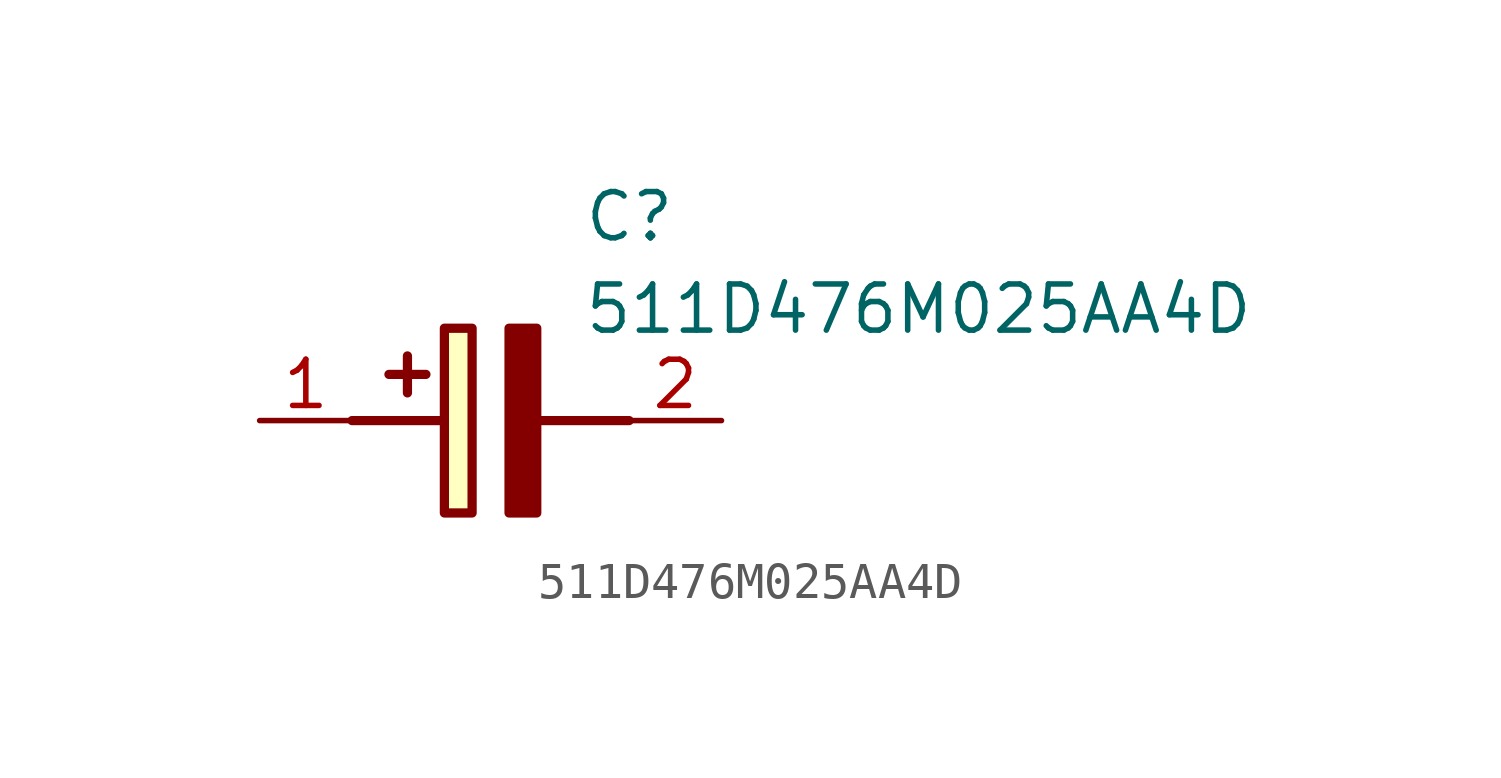
<source format=kicad_sym>
(kicad_symbol_lib
  (version 20211014)
  (generator SamacSys_ECAD_Model)
  (symbol "511D476M025AA4D"
    (pin_names hide)
    (property "Reference" "C"
      (at 8.89 6.35 0)
      (effects (font (size 1.27 1.27)) (justify left top)))
    (property "Value" "511D476M025AA4D"
      (at 8.89 3.81 0)
      (effects (font (size 1.27 1.27)) (justify left top)))
    (rectangle
      (start 5.08 2.54)
      (end 5.842 -2.54)
      (stroke (width 0.254) (type default))
      (fill (type background)))
    (polyline
      (pts (xy 4.572 1.27) (xy 3.556 1.27))
      (stroke (width 0.254) (type default))
      (fill (type none)))
    (polyline
      (pts (xy 4.064 1.778) (xy 4.064 0.762))
      (stroke (width 0.254) (type default))
      (fill (type none)))
    (polyline
      (pts (xy 2.54 0) (xy 5.08 0))
      (stroke (width 0.254) (type default))
      (fill (type none)))
    (polyline
      (pts (xy 7.62 0) (xy 10.16 0))
      (stroke (width 0.254) (type default))
      (fill (type none)))
    (polyline
      (pts (xy 7.62 2.54) (xy 7.62 -2.54) (xy 6.858 -2.54) (xy 6.858 2.54) (xy 7.62 2.54))
      (stroke (width 0.254) (type default))
      (fill (type outline)))
    (pin passive line
      (at 0 0 0)
      (length 2.54)
      (name "+" (effects (font (size 1.27 1.27))))
      (number "1" (effects (font (size 1.27 1.27)))))
    (pin passive line
      (at 12.7 0 180)
      (length 2.54)
      (name "-" (effects (font (size 1.27 1.27))))
      (number "2" (effects (font (size 1.27 1.27)))))))
</source>
